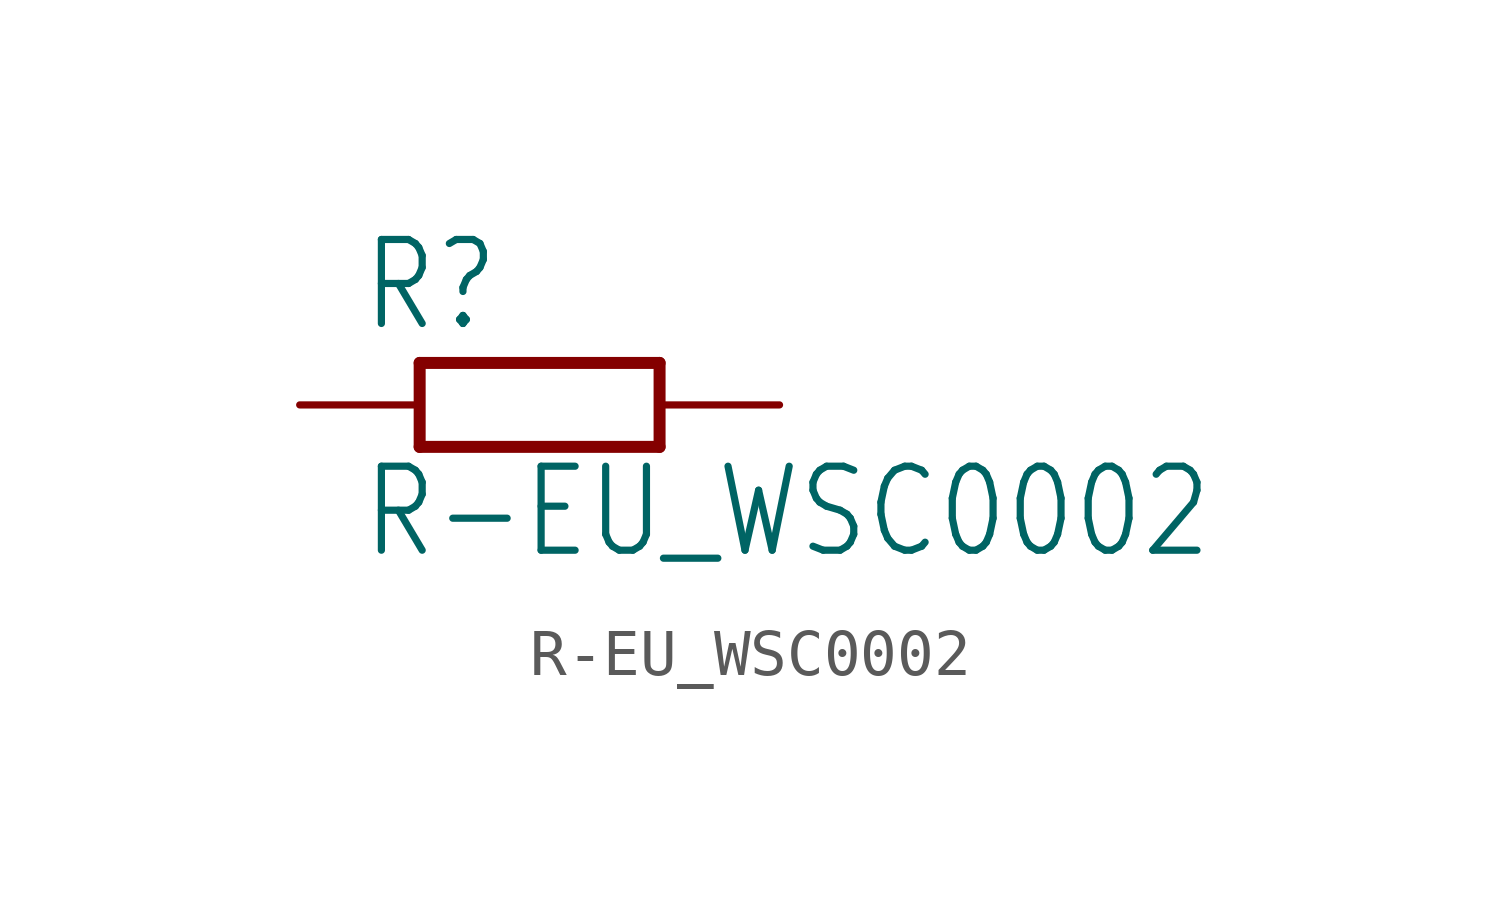
<source format=kicad_sym>
(kicad_symbol_lib
  (version 20211014)
  (generator kicad_symbol_editor)
  (symbol "R-EU_WSC0002"
    (property "Reference" "R"
      (at -3.81 1.499 0)
      (effects (font (size 1.778 1.511)) (justify left bottom)))
    (property "Value" "R-EU_WSC0002"
      (at -3.81 -3.302 0)
      (effects (font (size 1.778 1.511)) (justify left bottom)))
    (property "ki_locked" ""
      (at 0 0 0)
      (effects (font (size 1.27 1.27))))
    (symbol "R-EU_WSC0002_1_0"
      (polyline (pts (xy -2.54 -0.889) (xy -2.54 0.889)) (stroke (width 0.254) (type default) (color 0 0 0 0)) (fill (type none)))
      (polyline (pts (xy -2.54 -0.889) (xy 2.54 -0.889)) (stroke (width 0.254) (type default) (color 0 0 0 0)) (fill (type none)))
      (polyline (pts (xy 2.54 -0.889) (xy 2.54 0.889)) (stroke (width 0.254) (type default) (color 0 0 0 0)) (fill (type none)))
      (polyline (pts (xy 2.54 0.889) (xy -2.54 0.889)) (stroke (width 0.254) (type default) (color 0 0 0 0)) (fill (type none)))
      (pin passive line (at -5.08 0 0) (length 2.54) (name "1" (effects (font (size 0 0)))) (number "1" (effects (font (size 0 0)))))
      (pin passive line (at 5.08 0 180) (length 2.54) (name "2" (effects (font (size 0 0)))) (number "2" (effects (font (size 0 0))))))))
</source>
